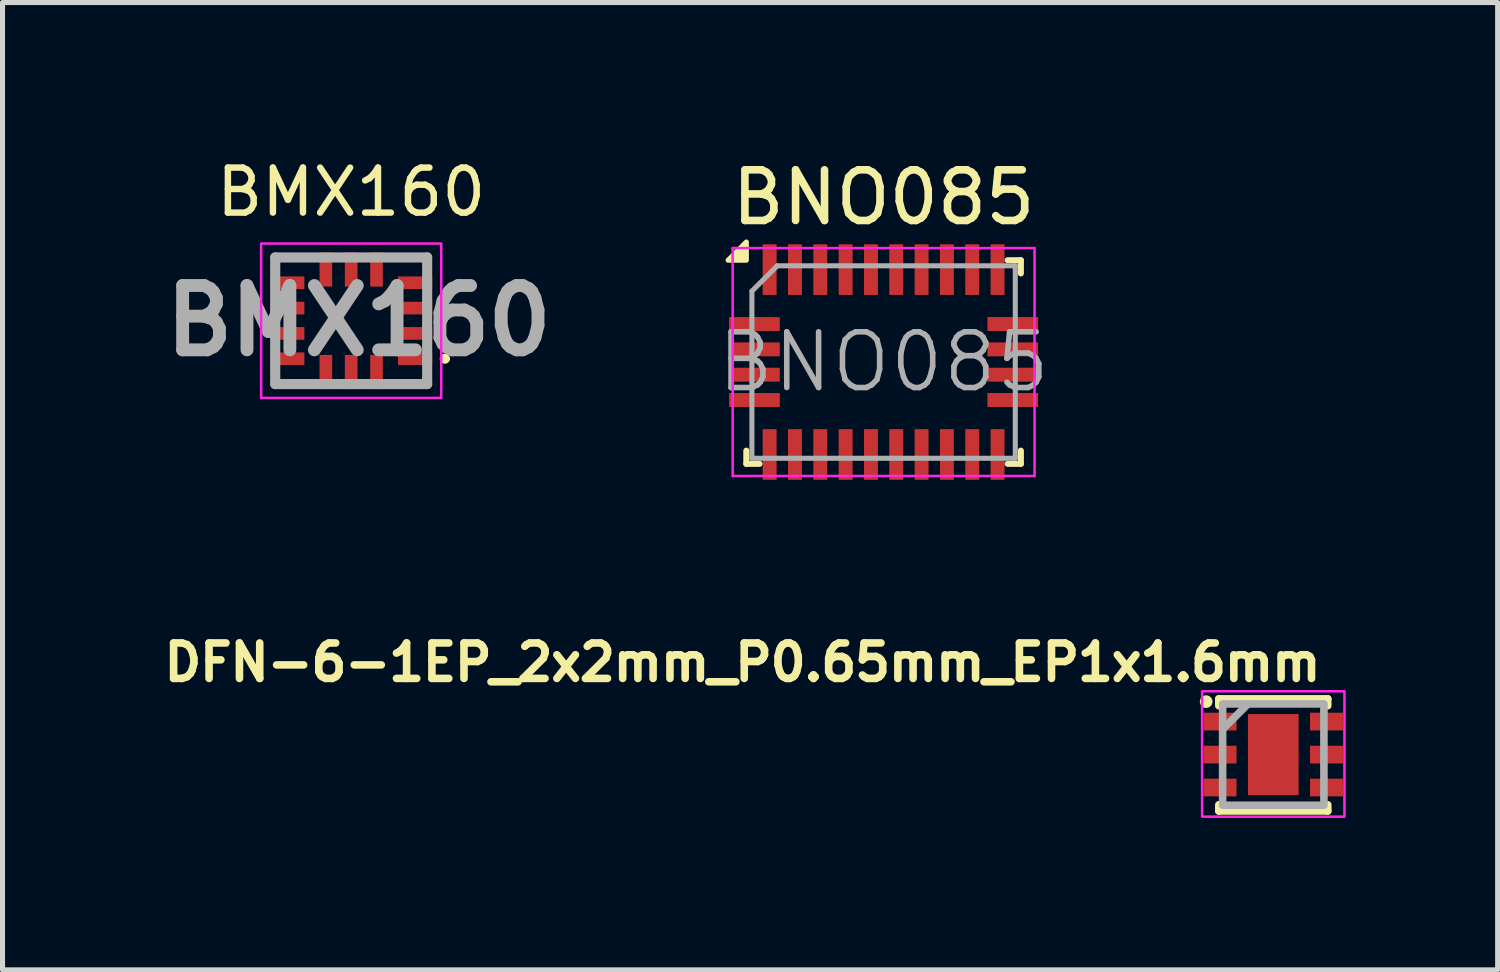
<source format=kicad_pcb>
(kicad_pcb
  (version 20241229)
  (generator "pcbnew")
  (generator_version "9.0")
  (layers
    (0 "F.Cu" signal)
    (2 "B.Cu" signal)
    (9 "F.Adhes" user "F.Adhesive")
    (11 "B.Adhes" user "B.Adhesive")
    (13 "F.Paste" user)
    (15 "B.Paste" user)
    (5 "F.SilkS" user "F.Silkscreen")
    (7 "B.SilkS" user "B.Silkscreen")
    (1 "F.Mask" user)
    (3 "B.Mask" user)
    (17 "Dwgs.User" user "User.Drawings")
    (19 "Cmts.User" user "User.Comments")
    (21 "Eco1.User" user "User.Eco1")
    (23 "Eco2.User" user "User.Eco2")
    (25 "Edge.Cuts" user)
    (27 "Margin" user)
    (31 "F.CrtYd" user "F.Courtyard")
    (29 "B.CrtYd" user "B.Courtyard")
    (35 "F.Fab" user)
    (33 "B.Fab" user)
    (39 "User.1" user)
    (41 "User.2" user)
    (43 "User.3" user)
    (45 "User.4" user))
  (footprint "DFN-6-1EP_2x2mm_P0.65mm_EP1x1.6mm"
    (layer "F.Cu")
    (at 22.09 11.849)
    (property "Reference" "DFN-6-1EP_2x2mm_P0.65mm_EP1x1.6mm" (at 1.02 -2.23 0) (layer "F.SilkS") (effects (font (size 0.7 0.7) (thickness 0.15)) (justify right top)))
    (attr smd)
    (fp_line (start -1.075 -0.965) (end -1.075 -1.1) (stroke (width 0.15) (type solid)) (layer "F.SilkS"))
    (fp_line (start -1.075 1.113) (end -1.075 0.991) (stroke (width 0.15) (type solid)) (layer "F.SilkS"))
    (fp_line (start 1.075 -1.1) (end -1.075 -1.1) (stroke (width 0.15) (type solid)) (layer "F.SilkS"))
    (fp_line (start 1.075 -0.965) (end 1.075 -1.1) (stroke (width 0.15) (type solid)) (layer "F.SilkS"))
    (fp_line (start 1.075 1.113) (end -1.075 1.113) (stroke (width 0.15) (type solid)) (layer "F.SilkS"))
    (fp_line (start 1.075 1.113) (end 1.075 0.991) (stroke (width 0.15) (type solid)) (layer "F.SilkS"))
    (fp_circle (center -1.325 -1.046) (end -1.275 -1.046) (stroke (width 0.15) (type solid)) (fill yes) (layer "F.SilkS"))
    (fp_rect (start 1.405 1.225) (end -1.405 -1.25) (stroke (width 0.05) (type solid)) (fill no) (layer "F.CrtYd"))
    (fp_line (start -0.5 -1) (end -1 -0.5) (stroke (width 0.15) (type solid)) (layer "F.Fab"))
    (fp_rect (start -1 -1) (end 1 1) (stroke (width 0.15) (type solid)) (fill no) (layer "F.Fab"))
    (fp_rect (start 1 1) (end -1 -1) (stroke (width 0.1) (type solid)) (fill no) (layer "User.5"))
    (fp_line (start -1 -0.802) (end -0.99 -0.802) (stroke (width 0.02) (type solid)) (layer "User.9"))
    (fp_line (start -1 -0.5) (end -1 -0.802) (stroke (width 0.02) (type solid)) (layer "User.9"))
    (fp_line (start -1 -0.15) (end -0.99 -0.15) (stroke (width 0.02) (type solid)) (layer "User.9"))
    (fp_line (start -1 0.148) (end -1 -0.15) (stroke (width 0.02) (type solid)) (layer "User.9"))
    (fp_line (start -1 0.498) (end -0.99 0.498) (stroke (width 0.02) (type solid)) (layer "User.9"))
    (fp_line (start -1 0.8) (end -1 0.498) (stroke (width 0.02) (type solid)) (layer "User.9"))
    (fp_line (start -0.99 -0.5) (end -1 -0.5) (stroke (width 0.02) (type solid)) (layer "User.9"))
    (fp_line (start -0.99 0.148) (end -1 0.148) (stroke (width 0.02) (type solid)) (layer "User.9"))
    (fp_line (start -0.99 0.8) (end -1 0.8) (stroke (width 0.02) (type solid)) (layer "User.9"))
    (fp_line (start -0.99 0.988) (end -0.99 -0.99) (stroke (width 0.02) (type solid)) (layer "User.9"))
    (fp_line (start 0.988 -0.99) (end -0.99 -0.99) (stroke (width 0.02) (type solid)) (layer "User.9"))
    (fp_line (start 0.988 -0.802) (end 0.998 -0.802) (stroke (width 0.02) (type solid)) (layer "User.9"))
    (fp_line (start 0.988 -0.15) (end 0.998 -0.15) (stroke (width 0.02) (type solid)) (layer "User.9"))
    (fp_line (start 0.988 0.498) (end 0.998 0.498) (stroke (width 0.02) (type solid)) (layer "User.9"))
    (fp_line (start 0.988 0.988) (end -0.99 0.988) (stroke (width 0.02) (type solid)) (layer "User.9"))
    (fp_line (start 0.988 0.988) (end 0.988 -0.99) (stroke (width 0.02) (type solid)) (layer "User.9"))
    (fp_line (start 0.998 -0.802) (end 0.998 -0.5) (stroke (width 0.02) (type solid)) (layer "User.9"))
    (fp_line (start 0.998 -0.5) (end 0.988 -0.5) (stroke (width 0.02) (type solid)) (layer "User.9"))
    (fp_line (start 0.998 -0.15) (end 0.998 0.148) (stroke (width 0.02) (type solid)) (layer "User.9"))
    (fp_line (start 0.998 0.148) (end 0.988 0.148) (stroke (width 0.02) (type solid)) (layer "User.9"))
    (fp_line (start 0.998 0.498) (end 0.998 0.8) (stroke (width 0.02) (type solid)) (layer "User.9"))
    (fp_line (start 0.998 0.8) (end 0.988 0.8) (stroke (width 0.02) (type solid)) (layer "User.9"))
    (fp_circle (center -0.525 -0.525) (end -0.35 -0.525) (stroke (width 0.02) (type solid)) (fill no) (layer "User.9"))
    (pad "" smd rect (at 0 -0.402 180) (size 0.82 0.63) (layers "F.Paste"))
    (pad "" smd rect (at 0 0.4 180) (size 0.82 0.63) (layers "F.Paste"))
    (pad "1" smd rect (at -1.051 -0.652 180) (size 0.65 0.35) (layers "F.Cu" "F.Mask" "F.Paste"))
    (pad "2" smd rect (at -1.051 0 180) (size 0.65 0.35) (layers "F.Cu" "F.Mask" "F.Paste"))
    (pad "3" smd rect (at -1.051 0.65 180) (size 0.65 0.35) (layers "F.Cu" "F.Mask" "F.Paste"))
    (pad "4" smd rect (at 1.05 0.65 180) (size 0.65 0.35) (layers "F.Cu" "F.Mask" "F.Paste"))
    (pad "5" smd rect (at 1.05 0 180) (size 0.65 0.35) (layers "F.Cu" "F.Mask" "F.Paste"))
    (pad "6" smd rect (at 1.05 -0.652 180) (size 0.65 0.35) (layers "F.Cu" "F.Mask" "F.Paste"))
    (pad "7" smd rect (at 0 0 180) (size 1 1.6) (layers "F.Cu" "F.Mask")))
  (footprint "BNO085"
    (layer "F.Cu")
    (at 14.396 4.098)
    (property "Reference" "BNO085" (at 0 -3.25 0) (layer "F.SilkS") (effects (font (size 1 1) (thickness 0.15))))
    (attr smd)
    (fp_line (start -2.71 2.01) (end -2.71 1.75) (stroke (width 0.12) (type solid)) (layer "F.SilkS"))
    (fp_line (start -2.71 2.01) (end -2.45 2.01) (stroke (width 0.12) (type solid)) (layer "F.SilkS"))
    (fp_line (start 2.71 -2.01) (end 2.45 -2.01) (stroke (width 0.12) (type solid)) (layer "F.SilkS"))
    (fp_line (start 2.71 -2.01) (end 2.71 -1.75) (stroke (width 0.12) (type solid)) (layer "F.SilkS"))
    (fp_line (start 2.71 2.01) (end 2.45 2.01) (stroke (width 0.12) (type solid)) (layer "F.SilkS"))
    (fp_line (start 2.71 2.01) (end 2.71 1.75) (stroke (width 0.12) (type solid)) (layer "F.SilkS"))
    (fp_poly (pts (xy -2.71 -2.01) (xy -3.07 -2.01) (xy -2.71 -2.37) (xy -2.71 -2.01)) (stroke (width 0.1) (type solid)) (fill yes) (layer "F.SilkS"))
    (fp_line (start -2.98 -2.25) (end -2.98 2.25) (stroke (width 0.05) (type solid)) (layer "F.CrtYd"))
    (fp_line (start -2.98 2.25) (end 2.98 2.25) (stroke (width 0.05) (type solid)) (layer "F.CrtYd"))
    (fp_line (start 2.98 -2.25) (end -2.98 -2.25) (stroke (width 0.05) (type solid)) (layer "F.CrtYd"))
    (fp_line (start 2.98 2.25) (end 2.98 -2.25) (stroke (width 0.05) (type solid)) (layer "F.CrtYd"))
    (fp_line (start -2.6 -1.4) (end -2.6 1.9) (stroke (width 0.1) (type solid)) (layer "F.Fab"))
    (fp_line (start -2.6 -1.4) (end -2.1 -1.9) (stroke (width 0.1) (type solid)) (layer "F.Fab"))
    (fp_line (start -2.6 1.9) (end 2.6 1.9) (stroke (width 0.1) (type solid)) (layer "F.Fab"))
    (fp_line (start 2.6 -1.9) (end -2.1 -1.9) (stroke (width 0.1) (type solid)) (layer "F.Fab"))
    (fp_line (start 2.6 1.9) (end 2.6 -1.9) (stroke (width 0.1) (type solid)) (layer "F.Fab"))
    (fp_text user "${REFERENCE}" (at 0 0 0) (layer "F.Fab") (effects (font (size 1.1 1.1) (thickness 0.11))))
    (pad "1" smd rect (at -2.25 -1.825) (size 0.275 1) (layers "F.Cu" "F.Mask" "F.Paste"))
    (pad "2" smd rect (at -2.55 -0.75 90) (size 0.275 1) (layers "F.Cu" "F.Mask" "F.Paste"))
    (pad "3" smd rect (at -2.55 -0.25 90) (size 0.275 1) (layers "F.Cu" "F.Mask" "F.Paste"))
    (pad "4" smd rect (at -2.55 0.25 90) (size 0.275 1) (layers "F.Cu" "F.Mask" "F.Paste"))
    (pad "5" smd rect (at -2.55 0.75 90) (size 0.275 1) (layers "F.Cu" "F.Mask" "F.Paste"))
    (pad "6" smd rect (at -2.25 1.825) (size 0.275 1) (layers "F.Cu" "F.Mask" "F.Paste"))
    (pad "7" smd rect (at -1.75 1.825) (size 0.275 1) (layers "F.Cu" "F.Mask" "F.Paste"))
    (pad "8" smd rect (at -1.25 1.825) (size 0.275 1) (layers "F.Cu" "F.Mask" "F.Paste"))
    (pad "9" smd rect (at -0.75 1.825) (size 0.275 1) (layers "F.Cu" "F.Mask" "F.Paste"))
    (pad "10" smd rect (at -0.25 1.825) (size 0.275 1) (layers "F.Cu" "F.Mask" "F.Paste"))
    (pad "11" smd rect (at 0.25 1.825) (size 0.275 1) (layers "F.Cu" "F.Mask" "F.Paste"))
    (pad "12" smd rect (at 0.75 1.825) (size 0.275 1) (layers "F.Cu" "F.Mask" "F.Paste"))
    (pad "13" smd rect (at 1.25 1.825) (size 0.275 1) (layers "F.Cu" "F.Mask" "F.Paste"))
    (pad "14" smd rect (at 1.75 1.825) (size 0.275 1) (layers "F.Cu" "F.Mask" "F.Paste"))
    (pad "15" smd rect (at 2.25 1.825) (size 0.275 1) (layers "F.Cu" "F.Mask" "F.Paste"))
    (pad "16" smd rect (at 2.55 0.75 90) (size 0.275 1) (layers "F.Cu" "F.Mask" "F.Paste"))
    (pad "17" smd rect (at 2.55 0.25 90) (size 0.275 1) (layers "F.Cu" "F.Mask" "F.Paste"))
    (pad "18" smd rect (at 2.55 -0.25 90) (size 0.275 1) (layers "F.Cu" "F.Mask" "F.Paste"))
    (pad "19" smd rect (at 2.55 -0.75 90) (size 0.275 1) (layers "F.Cu" "F.Mask" "F.Paste"))
    (pad "20" smd rect (at 2.25 -1.825) (size 0.275 1) (layers "F.Cu" "F.Mask" "F.Paste"))
    (pad "21" smd rect (at 1.75 -1.825) (size 0.275 1) (layers "F.Cu" "F.Mask" "F.Paste"))
    (pad "22" smd rect (at 1.25 -1.825) (size 0.275 1) (layers "F.Cu" "F.Mask" "F.Paste"))
    (pad "23" smd rect (at 0.75 -1.825) (size 0.275 1) (layers "F.Cu" "F.Mask" "F.Paste"))
    (pad "24" smd rect (at 0.25 -1.825) (size 0.275 1) (layers "F.Cu" "F.Mask" "F.Paste"))
    (pad "25" smd rect (at -0.25 -1.825) (size 0.275 1) (layers "F.Cu" "F.Mask" "F.Paste"))
    (pad "26" smd rect (at -0.75 -1.825) (size 0.275 1) (layers "F.Cu" "F.Mask" "F.Paste"))
    (pad "27" smd rect (at -1.25 -1.825) (size 0.275 1) (layers "F.Cu" "F.Mask" "F.Paste"))
    (pad "28" smd rect (at -1.75 -1.825) (size 0.275 1) (layers "F.Cu" "F.Mask" "F.Paste")))
  (footprint "BMX160"
    (layer "F.Cu")
    (at 3.884 3.283)
    (property "Reference" "BMX160" (at 0 -2.54 0) (layer "F.SilkS") (effects (font (size 0.889 0.889) (thickness 0.127))))
    (attr smd)
    (fp_line (start -1.5 1.25) (end -0.8 1.25) (stroke (width 0.1) (type solid)) (layer "F.SilkS"))
    (fp_line (start -0.8 -1.25) (end -1.5 -1.25) (stroke (width 0.1) (type solid)) (layer "F.SilkS"))
    (fp_line (start 0.8 -1.25) (end 1.5 -1.25) (stroke (width 0.1) (type solid)) (layer "F.SilkS"))
    (fp_line (start 0.8 1.25) (end 1.5 1.25) (stroke (width 0.1) (type solid)) (layer "F.SilkS"))
    (fp_line (start 1.8 0.75) (end 1.8 0.75) (stroke (width 0.1) (type solid)) (layer "F.SilkS"))
    (fp_line (start 1.9 0.75) (end 1.9 0.75) (stroke (width 0.1) (type solid)) (layer "F.SilkS"))
    (fp_arc (start 1.8 0.75) (mid 1.85 0.7) (end 1.9 0.75) (stroke (width 0.1) (type solid)) (layer "F.SilkS"))
    (fp_arc (start 1.9 0.75) (mid 1.85 0.8) (end 1.8 0.75) (stroke (width 0.1) (type solid)) (layer "F.SilkS"))
    (fp_rect (start -1.778 -1.524) (end 1.778 1.524) (stroke (width 0.05) (type default)) (fill no) (layer "F.CrtYd"))
    (fp_line (start -1.5 -1.25) (end 1.5 -1.25) (stroke (width 0.2) (type solid)) (layer "F.Fab"))
    (fp_line (start -1.5 1.25) (end -1.5 -1.25) (stroke (width 0.2) (type solid)) (layer "F.Fab"))
    (fp_line (start 1.5 -1.25) (end 1.5 1.25) (stroke (width 0.2) (type solid)) (layer "F.Fab"))
    (fp_line (start 1.5 1.25) (end -1.5 1.25) (stroke (width 0.2) (type solid)) (layer "F.Fab"))
    (fp_text user "${REFERENCE}" (at 0.15 0 0) (layer "F.Fab") (effects (font (size 1.27 1.27) (thickness 0.254))))
    (pad "1" smd rect (at 1.262 0.75 90) (size 0.25 0.675) (layers "F.Cu" "F.Mask" "F.Paste"))
    (pad "2" smd rect (at 1.262 0.25 90) (size 0.25 0.675) (layers "F.Cu" "F.Mask" "F.Paste"))
    (pad "3" smd rect (at 1.262 -0.25 90) (size 0.25 0.675) (layers "F.Cu" "F.Mask" "F.Paste"))
    (pad "4" smd rect (at 1.262 -0.75 90) (size 0.25 0.675) (layers "F.Cu" "F.Mask" "F.Paste"))
    (pad "5" smd rect (at 0.5 -1.012) (size 0.25 0.675) (layers "F.Cu" "F.Mask" "F.Paste"))
    (pad "6" smd rect (at 0 -1.012) (size 0.25 0.675) (layers "F.Cu" "F.Mask" "F.Paste"))
    (pad "7" smd rect (at -0.5 -1.012) (size 0.25 0.675) (layers "F.Cu" "F.Mask" "F.Paste"))
    (pad "8" smd rect (at -1.262 -0.75 90) (size 0.25 0.675) (layers "F.Cu" "F.Mask" "F.Paste"))
    (pad "9" smd rect (at -1.262 -0.25 90) (size 0.25 0.675) (layers "F.Cu" "F.Mask" "F.Paste"))
    (pad "10" smd rect (at -1.262 0.25 90) (size 0.25 0.675) (layers "F.Cu" "F.Mask" "F.Paste"))
    (pad "11" smd rect (at -1.262 0.75 90) (size 0.25 0.675) (layers "F.Cu" "F.Mask" "F.Paste"))
    (pad "12" smd rect (at -0.5 1.012) (size 0.25 0.675) (layers "F.Cu" "F.Mask" "F.Paste"))
    (pad "13" smd rect (at 0 1.012) (size 0.25 0.675) (layers "F.Cu" "F.Mask" "F.Paste"))
    (pad "14" smd rect (at 0.5 1.012) (size 0.25 0.675) (layers "F.Cu" "F.Mask" "F.Paste")))
  (gr_rect
    (start -3 -3)
    (end 26.52 16.099)
    (stroke (width 0.1) (type default))
    (fill no)
    (layer "Edge.Cuts")))
</source>
